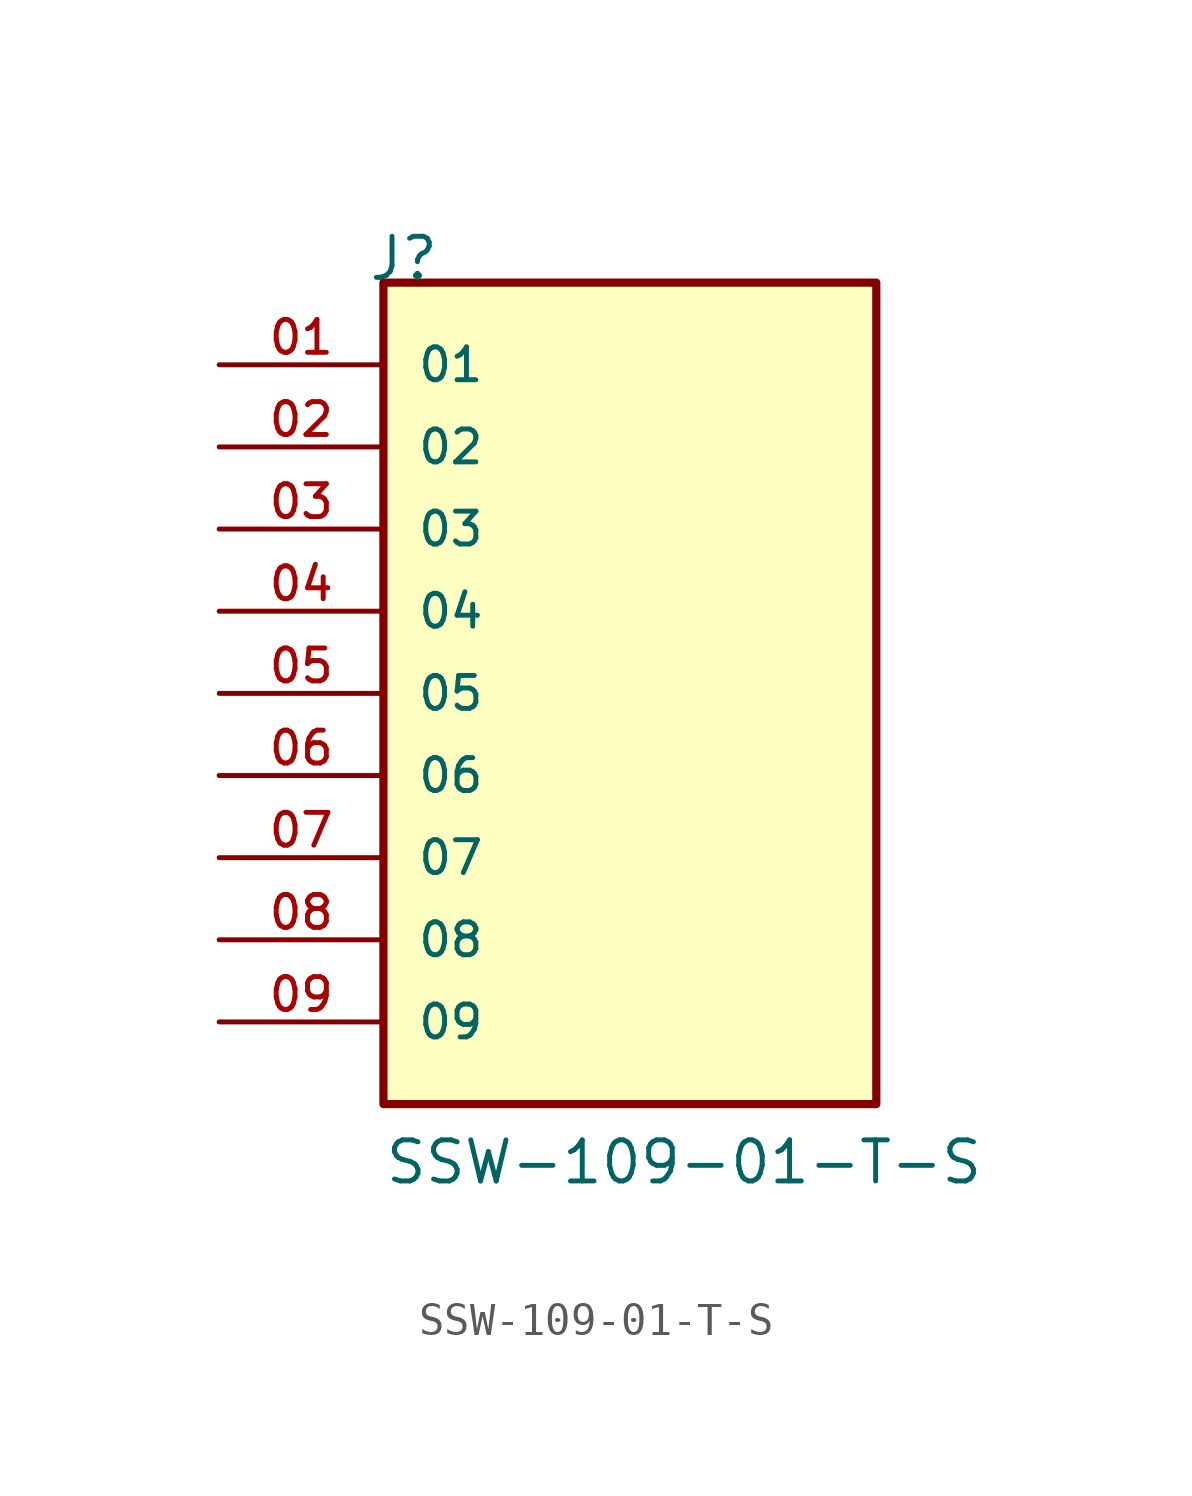
<source format=kicad_sym>
(kicad_symbol_lib
  (version 20211014)
  (generator kicad_symbol_editor)
  (symbol "SSW-109-01-T-S"
    (pin_names
      (offset 1.016))
    (property "Reference" "J"
      (at -8.12 12.7 0)
      (effects (font (size 1.27 1.27)) (justify bottom left)))
    (property "Value" "SSW-109-01-T-S"
      (at -7.62 -15.24 0)
      (effects (font (size 1.27 1.27)) (justify bottom left)))
    (symbol "SSW-109-01-T-S_0_0"
      (rectangle (start -7.62 -12.7) (end 7.62 12.7) (stroke (width 0.254)) (fill (type background)))
      (pin passive line (at -12.7 10.16 0) (length 5.08) (name "01" (effects (font (size 1.016 1.016)))) (number "01" (effects (font (size 1.016 1.016)))))
      (pin passive line (at -12.7 7.62 0) (length 5.08) (name "02" (effects (font (size 1.016 1.016)))) (number "02" (effects (font (size 1.016 1.016)))))
      (pin passive line (at -12.7 5.08 0) (length 5.08) (name "03" (effects (font (size 1.016 1.016)))) (number "03" (effects (font (size 1.016 1.016)))))
      (pin passive line (at -12.7 2.54 0) (length 5.08) (name "04" (effects (font (size 1.016 1.016)))) (number "04" (effects (font (size 1.016 1.016)))))
      (pin passive line (at -12.7 0.0 0) (length 5.08) (name "05" (effects (font (size 1.016 1.016)))) (number "05" (effects (font (size 1.016 1.016)))))
      (pin passive line (at -12.7 -2.54 0) (length 5.08) (name "06" (effects (font (size 1.016 1.016)))) (number "06" (effects (font (size 1.016 1.016)))))
      (pin passive line (at -12.7 -5.08 0) (length 5.08) (name "07" (effects (font (size 1.016 1.016)))) (number "07" (effects (font (size 1.016 1.016)))))
      (pin passive line (at -12.7 -7.62 0) (length 5.08) (name "08" (effects (font (size 1.016 1.016)))) (number "08" (effects (font (size 1.016 1.016)))))
      (pin passive line (at -12.7 -10.16 0) (length 5.08) (name "09" (effects (font (size 1.016 1.016)))) (number "09" (effects (font (size 1.016 1.016))))))))
</source>
